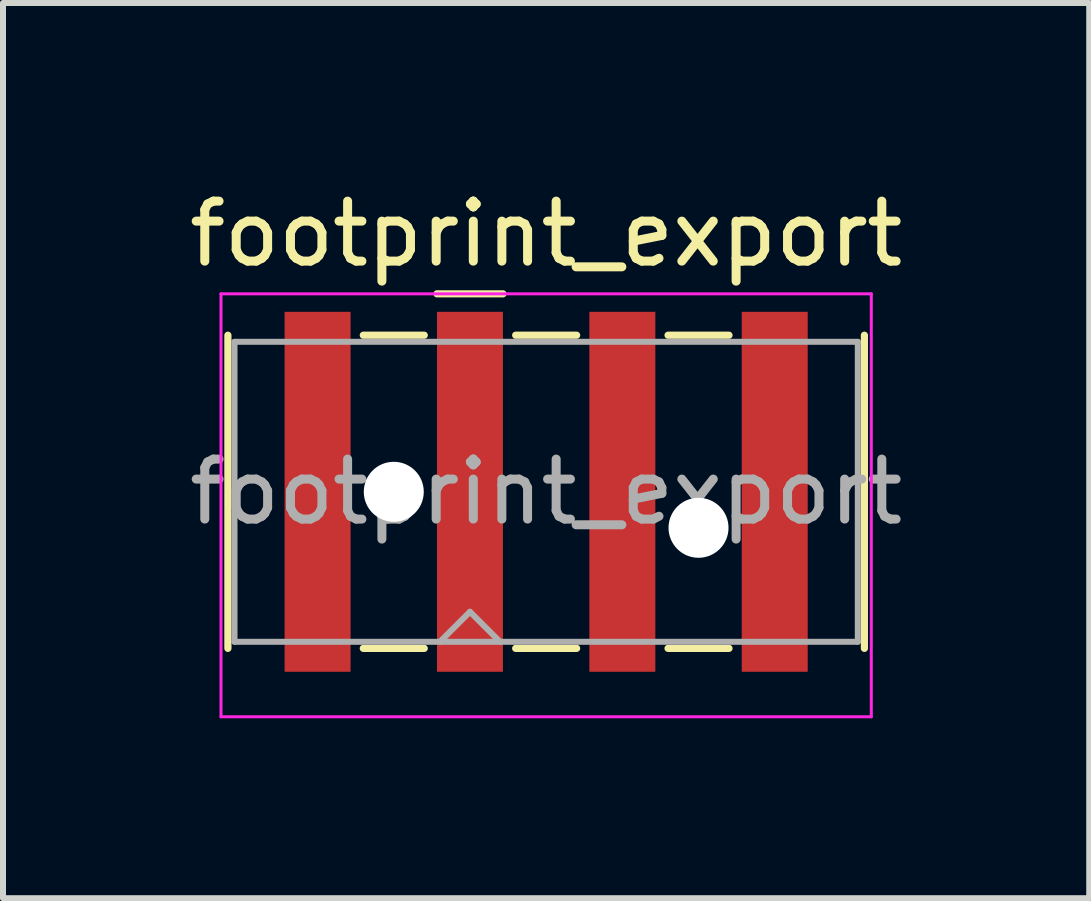
<source format=kicad_pcb>
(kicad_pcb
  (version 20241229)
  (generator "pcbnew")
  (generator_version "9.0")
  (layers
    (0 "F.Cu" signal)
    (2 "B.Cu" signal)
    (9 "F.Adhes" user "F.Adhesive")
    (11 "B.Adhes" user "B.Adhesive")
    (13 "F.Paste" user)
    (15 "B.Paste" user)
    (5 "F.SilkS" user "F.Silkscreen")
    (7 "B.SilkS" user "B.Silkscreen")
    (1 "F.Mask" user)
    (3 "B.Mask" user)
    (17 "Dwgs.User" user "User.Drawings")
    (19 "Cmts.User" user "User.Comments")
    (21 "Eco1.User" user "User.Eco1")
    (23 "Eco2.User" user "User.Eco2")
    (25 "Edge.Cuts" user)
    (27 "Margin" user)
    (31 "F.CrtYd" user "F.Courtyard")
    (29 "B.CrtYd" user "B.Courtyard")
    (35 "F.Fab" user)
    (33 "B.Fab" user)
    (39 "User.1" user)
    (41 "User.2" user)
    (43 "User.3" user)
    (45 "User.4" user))
  (footprint "footprint_export"
    (layer "F.Cu")
    (at 6.054 5.148)
    (property "Reference" "footprint_export" (at 0 -4.3 0) (layer "F.SilkS") (effects (font (size 1 1) (thickness 0.15))))
    (attr smd)
    (fp_line (start -5.305 -2.61) (end -5.305 2.61) (stroke (width 0.12) (type solid)) (layer "F.SilkS"))
    (fp_line (start -3.048 -2.61) (end -2.032 -2.61) (stroke (width 0.12) (type solid)) (layer "F.SilkS"))
    (fp_line (start -3.048 2.61) (end -2.032 2.61) (stroke (width 0.12) (type solid)) (layer "F.SilkS"))
    (fp_line (start -1.82 -3.3) (end -0.72 -3.3) (stroke (width 0.12) (type solid)) (layer "F.SilkS"))
    (fp_line (start -0.508 -2.61) (end 0.508 -2.61) (stroke (width 0.12) (type solid)) (layer "F.SilkS"))
    (fp_line (start -0.508 2.61) (end 0.508 2.61) (stroke (width 0.12) (type solid)) (layer "F.SilkS"))
    (fp_line (start 2.032 -2.61) (end 3.048 -2.61) (stroke (width 0.12) (type solid)) (layer "F.SilkS"))
    (fp_line (start 2.032 2.61) (end 3.048 2.61) (stroke (width 0.12) (type solid)) (layer "F.SilkS"))
    (fp_line (start 5.305 -2.61) (end 5.305 2.61) (stroke (width 0.12) (type solid)) (layer "F.SilkS"))
    (fp_line (start -5.42 -3.3) (end -5.42 3.75) (stroke (width 0.05) (type solid)) (layer "F.CrtYd"))
    (fp_line (start -5.42 3.75) (end 5.42 3.75) (stroke (width 0.05) (type solid)) (layer "F.CrtYd"))
    (fp_line (start 5.42 -3.3) (end -5.42 -3.3) (stroke (width 0.05) (type solid)) (layer "F.CrtYd"))
    (fp_line (start 5.42 3.75) (end 5.42 -3.3) (stroke (width 0.05) (type solid)) (layer "F.CrtYd"))
    (fp_line (start -5.195 -2.5) (end -5.195 2.5) (stroke (width 0.1) (type solid)) (layer "F.Fab"))
    (fp_line (start -5.195 2.5) (end 5.195 2.5) (stroke (width 0.1) (type solid)) (layer "F.Fab"))
    (fp_line (start -1.77 2.5) (end -1.27 2) (stroke (width 0.1) (type solid)) (layer "F.Fab"))
    (fp_line (start -1.27 2) (end -0.77 2.5) (stroke (width 0.1) (type solid)) (layer "F.Fab"))
    (fp_line (start 5.195 -2.5) (end -5.195 -2.5) (stroke (width 0.1) (type solid)) (layer "F.Fab"))
    (fp_line (start 5.195 2.5) (end 5.195 -2.5) (stroke (width 0.1) (type solid)) (layer "F.Fab"))
    (fp_text user "${REFERENCE}" (at 0 0 0) (layer "F.Fab") (effects (font (size 1 1) (thickness 0.15))))
    (pad "" np_thru_hole circle (at -2.54 0) (size 1 1) (drill 1) (layers "*.Cu" "*.Mask"))
    (pad "" np_thru_hole circle (at 2.54 0.6) (size 1 1) (drill 1) (layers "*.Cu" "*.Mask"))
    (pad "1" smd rect (at -1.27 0) (size 1.1 6) (layers "F.Cu" "F.Mask" "F.Paste"))
    (pad "2" smd rect (at 1.27 0) (size 1.1 6) (layers "F.Cu" "F.Mask" "F.Paste"))
    (pad "MP" smd rect (at -3.81 0) (size 1.1 6) (layers "F.Cu" "F.Mask" "F.Paste"))
    (pad "MP" smd rect (at 3.81 0) (size 1.1 6) (layers "F.Cu" "F.Mask" "F.Paste")))
  (gr_rect
    (start -3 -3)
    (end 15.107 11.923)
    (stroke (width 0.1) (type default))
    (fill no)
    (layer "Edge.Cuts")))
</source>
